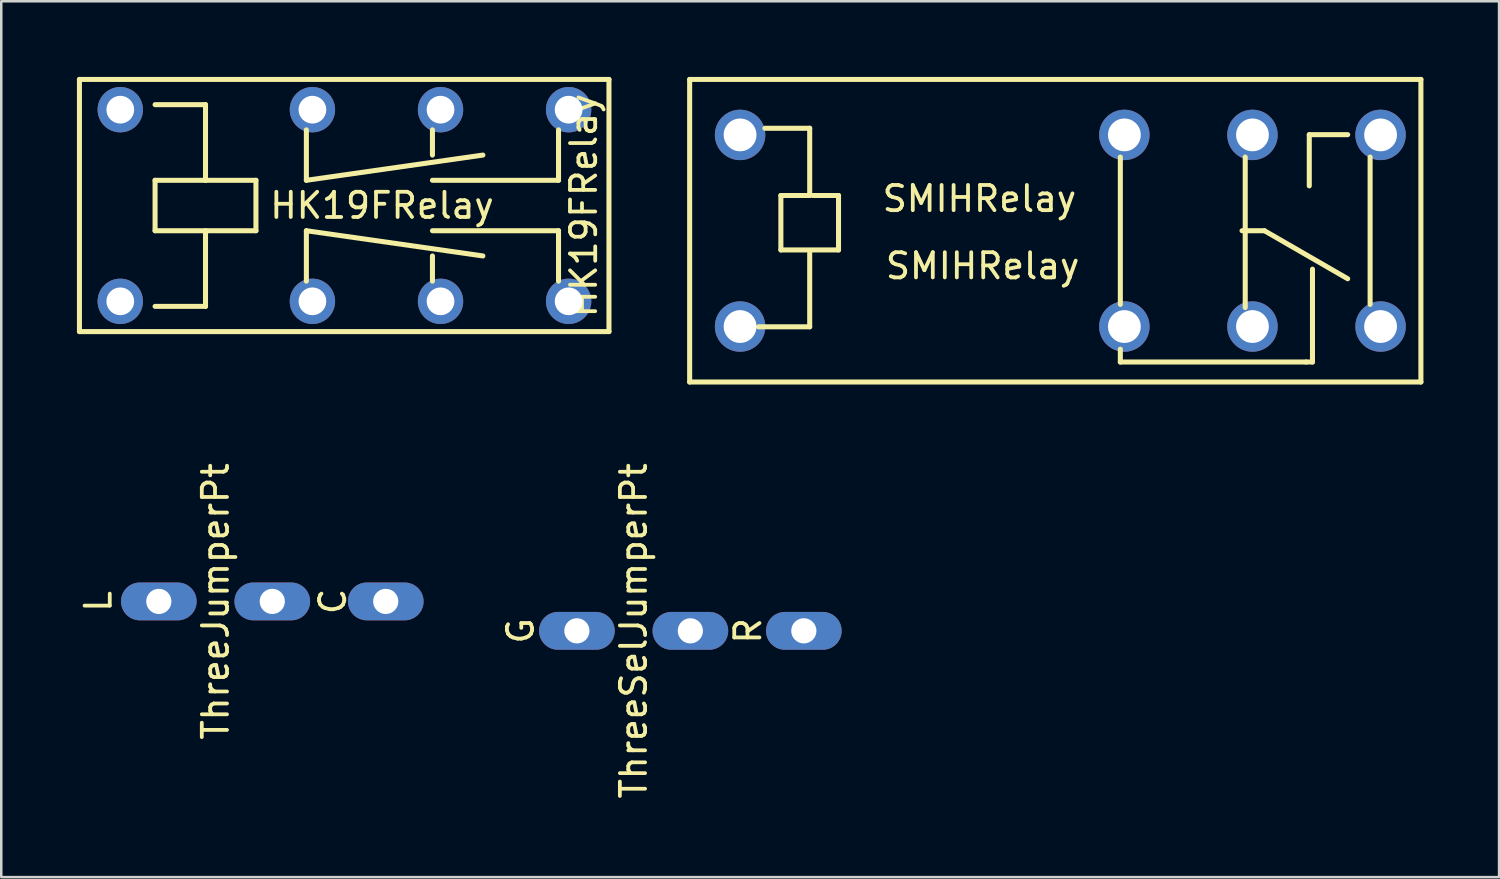
<source format=kicad_pcb>
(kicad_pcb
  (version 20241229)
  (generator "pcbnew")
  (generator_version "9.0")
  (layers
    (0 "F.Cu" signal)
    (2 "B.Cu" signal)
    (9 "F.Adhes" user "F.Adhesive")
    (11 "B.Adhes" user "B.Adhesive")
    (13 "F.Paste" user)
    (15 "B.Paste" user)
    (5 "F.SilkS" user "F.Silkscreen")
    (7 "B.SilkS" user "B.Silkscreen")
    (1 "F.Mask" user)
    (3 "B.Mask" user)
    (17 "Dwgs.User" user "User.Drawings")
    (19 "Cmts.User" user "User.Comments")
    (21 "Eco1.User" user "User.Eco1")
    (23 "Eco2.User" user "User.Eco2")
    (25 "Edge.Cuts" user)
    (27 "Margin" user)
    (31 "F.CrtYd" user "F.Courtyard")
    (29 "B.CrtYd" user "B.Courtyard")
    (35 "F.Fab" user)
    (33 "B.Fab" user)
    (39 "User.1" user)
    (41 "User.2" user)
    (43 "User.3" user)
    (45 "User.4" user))
  (footprint "ThreeSelJumperPt"
    (layer "F.Cu")
    (at 24.328 21.968)
    (property "Reference" "ThreeSelJumperPt" (at -2.25 0 270) (layer "F.SilkS") (effects (font (size 1 1) (thickness 0.15))))
    (attr through_hole)
    (fp_text user "G" (at -6.731 0 90) (layer "F.SilkS") (effects (font (size 1 1) (thickness 0.15))))
    (fp_text user "R" (at 2.286 0 90) (layer "F.SilkS") (effects (font (size 1 1) (thickness 0.15))))
    (pad "1" thru_hole oval (at -4.5 0) (size 3 1.5) (drill 1) (layers "*.Cu" "*.Mask"))
    (pad "2" thru_hole oval (at 0 0) (size 3 1.5) (drill 1) (layers "*.Cu" "*.Mask"))
    (pad "3" thru_hole oval (at 4.5 0) (size 3 1.5) (drill 1) (layers "*.Cu" "*.Mask")))
  (footprint "SMIHRelay"
    (layer "F.Cu")
    (at 36.3 6.1)
    (property "Reference" "SMIHRelay" (at -0.381 1.397 0) (layer "F.SilkS") (effects (font (size 1 1) (thickness 0.15))))
    (attr through_hole)
    (fp_line (start -12 -6) (end 17 -6) (stroke (width 0.2) (type solid)) (layer "F.SilkS"))
    (fp_line (start -12 6) (end -12 -6) (stroke (width 0.2) (type solid)) (layer "F.SilkS"))
    (fp_line (start -9.017 -4.064) (end -7.239 -4.064) (stroke (width 0.2) (type solid)) (layer "F.SilkS"))
    (fp_line (start -8.382 -1.397) (end -8.382 0.762) (stroke (width 0.2) (type solid)) (layer "F.SilkS"))
    (fp_line (start -8.382 0.762) (end -6.096 0.762) (stroke (width 0.2) (type solid)) (layer "F.SilkS"))
    (fp_line (start -7.239 -4.064) (end -7.239 -1.397) (stroke (width 0.2) (type solid)) (layer "F.SilkS"))
    (fp_line (start -7.239 -1.397) (end -8.382 -1.397) (stroke (width 0.2) (type solid)) (layer "F.SilkS"))
    (fp_line (start -7.239 0.889) (end -7.239 3.81) (stroke (width 0.2) (type solid)) (layer "F.SilkS"))
    (fp_line (start -7.239 3.81) (end -9.271 3.81) (stroke (width 0.2) (type solid)) (layer "F.SilkS"))
    (fp_line (start -6.096 -1.397) (end -7.112 -1.397) (stroke (width 0.2) (type solid)) (layer "F.SilkS"))
    (fp_line (start -6.096 0.762) (end -6.096 -1.397) (stroke (width 0.2) (type solid)) (layer "F.SilkS"))
    (fp_line (start 5.08 -2.921) (end 5.08 2.921) (stroke (width 0.2) (type solid)) (layer "F.SilkS"))
    (fp_line (start 5.08 4.699) (end 5.08 5.207) (stroke (width 0.2) (type solid)) (layer "F.SilkS"))
    (fp_line (start 5.08 5.207) (end 12.446 5.207) (stroke (width 0.2) (type solid)) (layer "F.SilkS"))
    (fp_line (start 9.906 0) (end 10.795 0) (stroke (width 0.2) (type solid)) (layer "F.SilkS"))
    (fp_line (start 10.033 -2.921) (end 10.033 3.048) (stroke (width 0.2) (type solid)) (layer "F.SilkS"))
    (fp_line (start 10.795 0) (end 14.097 1.905) (stroke (width 0.2) (type solid)) (layer "F.SilkS"))
    (fp_line (start 12.446 5.207) (end 12.7 5.207) (stroke (width 0.2) (type solid)) (layer "F.SilkS"))
    (fp_line (start 12.573 -3.81) (end 12.573 -1.778) (stroke (width 0.2) (type solid)) (layer "F.SilkS"))
    (fp_line (start 12.7 5.207) (end 12.7 1.524) (stroke (width 0.2) (type solid)) (layer "F.SilkS"))
    (fp_line (start 14.097 -3.81) (end 12.573 -3.81) (stroke (width 0.2) (type solid)) (layer "F.SilkS"))
    (fp_line (start 14.986 2.921) (end 14.986 -2.921) (stroke (width 0.2) (type solid)) (layer "F.SilkS"))
    (fp_line (start 17 -6) (end 17 6) (stroke (width 0.2) (type solid)) (layer "F.SilkS"))
    (fp_line (start 17 6) (end -12 6) (stroke (width 0.2) (type solid)) (layer "F.SilkS"))
    (fp_text user "SMIHRelay" (at -0.508 -1.27 0) (layer "F.SilkS") (effects (font (size 1 1) (thickness 0.15))))
    (pad "1" thru_hole circle (at 10.32 -3.8) (size 2 2) (drill 1.3) (layers "*.Cu" "*.Mask"))
    (pad "1" thru_hole circle (at 10.32 3.8) (size 2 2) (drill 1.3) (layers "*.Cu" "*.Mask"))
    (pad "2" thru_hole circle (at 5.24 -3.8) (size 2 2) (drill 1.3) (layers "*.Cu" "*.Mask"))
    (pad "2" thru_hole circle (at 5.24 3.8) (size 2 2) (drill 1.3) (layers "*.Cu" "*.Mask"))
    (pad "3" thru_hole circle (at 15.4 -3.8) (size 2 2) (drill 1.3) (layers "*.Cu" "*.Mask"))
    (pad "3" thru_hole circle (at 15.4 3.8) (size 2 2) (drill 1.3) (layers "*.Cu" "*.Mask"))
    (pad "4" thru_hole circle (at -10 -3.8) (size 2 2) (drill 1.3) (layers "*.Cu" "*.Mask"))
    (pad "5" thru_hole circle (at -10 3.8) (size 2 2) (drill 1.3) (layers "*.Cu" "*.Mask")))
  (footprint "ThreeJumperPt"
    (layer "F.Cu")
    (at 7.748 20.801)
    (property "Reference" "ThreeJumperPt" (at -2.25 0 270) (layer "F.SilkS") (effects (font (size 1 1) (thickness 0.15))))
    (attr through_hole)
    (fp_text user "L" (at -6.9 0 90) (layer "F.SilkS") (effects (font (size 1 1) (thickness 0.15))))
    (fp_text user "C" (at 2.4 0 90) (layer "F.SilkS") (effects (font (size 1 1) (thickness 0.15))))
    (pad "1" thru_hole oval (at -4.5 0) (size 3 1.5) (drill 1) (layers "*.Cu" "*.Mask"))
    (pad "2" thru_hole oval (at 0 0) (size 3 1.5) (drill 1) (layers "*.Cu" "*.Mask"))
    (pad "3" thru_hole oval (at 4.5 0) (size 3 1.5) (drill 1) (layers "*.Cu" "*.Mask")))
  (footprint "HK19FRelay"
    (layer "F.Cu")
    (at 4.1 5.1)
    (property "Reference" "HK19FRelay" (at 16 0 90) (layer "F.SilkS") (effects (font (size 1 1) (thickness 0.15))))
    (attr through_hole)
    (fp_line (start -4 -5) (end -4 5) (stroke (width 0.2) (type solid)) (layer "F.SilkS"))
    (fp_line (start -4 5) (end 17 5) (stroke (width 0.2) (type solid)) (layer "F.SilkS"))
    (fp_line (start -1 -4) (end 1 -4) (stroke (width 0.2) (type solid)) (layer "F.SilkS"))
    (fp_line (start -1 -1) (end -1 1) (stroke (width 0.2) (type solid)) (layer "F.SilkS"))
    (fp_line (start -1 1) (end 3 1) (stroke (width 0.2) (type solid)) (layer "F.SilkS"))
    (fp_line (start -1 4) (end 1 4) (stroke (width 0.2) (type solid)) (layer "F.SilkS"))
    (fp_line (start 1 -4) (end 1 -1) (stroke (width 0.2) (type solid)) (layer "F.SilkS"))
    (fp_line (start 1 -1) (end -1 -1) (stroke (width 0.2) (type solid)) (layer "F.SilkS"))
    (fp_line (start 1 1) (end 1 4) (stroke (width 0.2) (type solid)) (layer "F.SilkS"))
    (fp_line (start 3 -1) (end 1 -1) (stroke (width 0.2) (type solid)) (layer "F.SilkS"))
    (fp_line (start 3 1) (end 3 -1) (stroke (width 0.2) (type solid)) (layer "F.SilkS"))
    (fp_line (start 5 -3) (end 5 -1) (stroke (width 0.2) (type solid)) (layer "F.SilkS"))
    (fp_line (start 5 -1) (end 12 -2) (stroke (width 0.2) (type solid)) (layer "F.SilkS"))
    (fp_line (start 5 1) (end 12 2) (stroke (width 0.2) (type solid)) (layer "F.SilkS"))
    (fp_line (start 5 3) (end 5 1) (stroke (width 0.2) (type solid)) (layer "F.SilkS"))
    (fp_line (start 10 -3) (end 10 -2) (stroke (width 0.2) (type solid)) (layer "F.SilkS"))
    (fp_line (start 10 -1) (end 15 -1) (stroke (width 0.2) (type solid)) (layer "F.SilkS"))
    (fp_line (start 10 1) (end 15 1) (stroke (width 0.2) (type solid)) (layer "F.SilkS"))
    (fp_line (start 10 3) (end 10 2) (stroke (width 0.2) (type solid)) (layer "F.SilkS"))
    (fp_line (start 15 -1) (end 15 -3) (stroke (width 0.2) (type solid)) (layer "F.SilkS"))
    (fp_line (start 15 1) (end 15 3) (stroke (width 0.2) (type solid)) (layer "F.SilkS"))
    (fp_line (start 17 -5) (end -4 -5) (stroke (width 0.2) (type solid)) (layer "F.SilkS"))
    (fp_line (start 17 5) (end 17 -5) (stroke (width 0.2) (type solid)) (layer "F.SilkS"))
    (fp_text user "HK19FRelay" (at 8 0 180) (layer "F.SilkS") (effects (font (size 1 1) (thickness 0.15))))
    (pad "1" thru_hole circle (at 5.24 -3.8) (size 1.8 1.8) (drill 1.1) (layers "*.Cu" "*.Mask"))
    (pad "1" thru_hole circle (at 5.24 3.8) (size 1.8 1.8) (drill 1.1) (layers "*.Cu" "*.Mask"))
    (pad "2" thru_hole circle (at 10.32 -3.8) (size 1.8 1.8) (drill 1.1) (layers "*.Cu" "*.Mask"))
    (pad "2" thru_hole circle (at 10.32 3.8) (size 1.8 1.8) (drill 1.1) (layers "*.Cu" "*.Mask"))
    (pad "3" thru_hole circle (at 15.4 -3.8) (size 1.8 1.8) (drill 1.1) (layers "*.Cu" "*.Mask"))
    (pad "3" thru_hole circle (at 15.4 3.8) (size 1.8 1.8) (drill 1.1) (layers "*.Cu" "*.Mask"))
    (pad "4" thru_hole circle (at -2.38 -3.8) (size 1.8 1.8) (drill 1.1) (layers "*.Cu" "*.Mask"))
    (pad "5" thru_hole circle (at -2.38 3.8) (size 1.8 1.8) (drill 1.1) (layers "*.Cu" "*.Mask")))
  (gr_rect
    (start -3 -3)
    (end 56.4 31.736)
    (stroke (width 0.1) (type default))
    (fill no)
    (layer "Edge.Cuts")))
</source>
